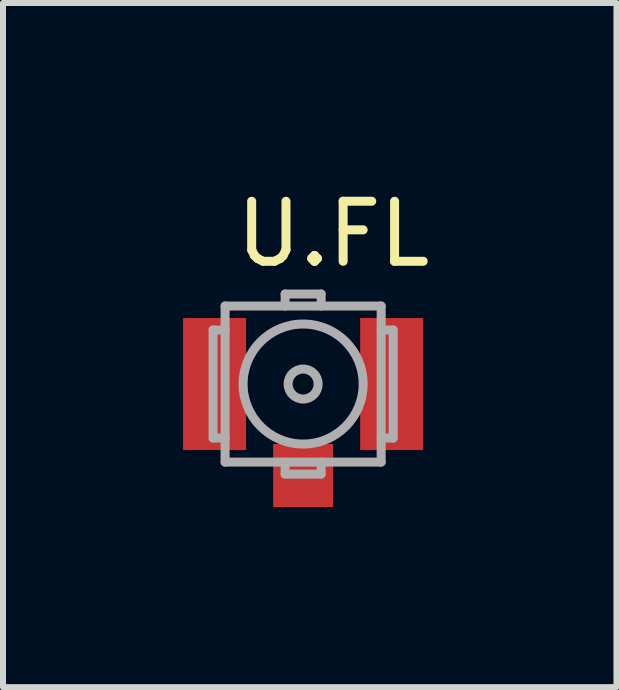
<source format=kicad_pcb>
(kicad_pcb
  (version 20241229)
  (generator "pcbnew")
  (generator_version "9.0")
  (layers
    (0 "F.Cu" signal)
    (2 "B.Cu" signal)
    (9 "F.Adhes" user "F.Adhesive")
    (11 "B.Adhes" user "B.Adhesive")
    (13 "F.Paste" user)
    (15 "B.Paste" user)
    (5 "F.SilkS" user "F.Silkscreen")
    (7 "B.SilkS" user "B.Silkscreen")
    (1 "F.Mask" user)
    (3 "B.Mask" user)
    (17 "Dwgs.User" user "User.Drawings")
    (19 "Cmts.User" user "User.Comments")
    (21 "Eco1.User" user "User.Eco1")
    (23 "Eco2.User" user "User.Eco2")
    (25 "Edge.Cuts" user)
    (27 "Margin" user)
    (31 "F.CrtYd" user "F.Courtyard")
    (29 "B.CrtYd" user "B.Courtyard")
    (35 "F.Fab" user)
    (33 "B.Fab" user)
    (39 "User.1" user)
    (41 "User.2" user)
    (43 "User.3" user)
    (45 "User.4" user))
  (footprint "U.FL"
    (layer "F.Cu")
    (at 2 3.348)
    (property "Reference" "U.FL" (at 0.5 -2.5 0) (layer "F.SilkS") (effects (font (size 1 1) (thickness 0.15))))
    (attr through_hole)
    (fp_line (start -1.5 -0.9) (end -1.5 0.9) (stroke (width 0.15) (type solid)) (layer "F.Fab"))
    (fp_line (start -1.5 0.9) (end -1.3 0.9) (stroke (width 0.15) (type solid)) (layer "F.Fab"))
    (fp_line (start -1.3 -1.3) (end 1.3 -1.3) (stroke (width 0.15) (type solid)) (layer "F.Fab"))
    (fp_line (start -1.3 -0.9) (end -1.5 -0.9) (stroke (width 0.15) (type solid)) (layer "F.Fab"))
    (fp_line (start -1.3 1.3) (end -1.3 -1.3) (stroke (width 0.15) (type solid)) (layer "F.Fab"))
    (fp_line (start -0.3 -1.5) (end 0.3 -1.5) (stroke (width 0.15) (type solid)) (layer "F.Fab"))
    (fp_line (start -0.3 -1.3) (end -0.3 -1.5) (stroke (width 0.15) (type solid)) (layer "F.Fab"))
    (fp_line (start -0.3 1.3) (end -0.3 1.5) (stroke (width 0.15) (type solid)) (layer "F.Fab"))
    (fp_line (start -0.3 1.5) (end 0.3 1.5) (stroke (width 0.15) (type solid)) (layer "F.Fab"))
    (fp_line (start 0.3 -1.5) (end 0.3 -1.3) (stroke (width 0.15) (type solid)) (layer "F.Fab"))
    (fp_line (start 0.3 1.5) (end 0.3 1.3) (stroke (width 0.15) (type solid)) (layer "F.Fab"))
    (fp_line (start 1.3 -1.3) (end 1.3 1.3) (stroke (width 0.15) (type solid)) (layer "F.Fab"))
    (fp_line (start 1.3 -0.9) (end 1.5 -0.9) (stroke (width 0.15) (type solid)) (layer "F.Fab"))
    (fp_line (start 1.3 1.3) (end -1.3 1.3) (stroke (width 0.15) (type solid)) (layer "F.Fab"))
    (fp_line (start 1.5 -0.9) (end 1.5 0.9) (stroke (width 0.15) (type solid)) (layer "F.Fab"))
    (fp_line (start 1.5 0.9) (end 1.3 0.9) (stroke (width 0.15) (type solid)) (layer "F.Fab"))
    (fp_circle (center 0 0) (end 0.25 0) (stroke (width 0.15) (type solid)) (fill no) (layer "F.Fab"))
    (fp_circle (center 0 0) (end 1 0) (stroke (width 0.15) (type solid)) (fill no) (layer "F.Fab"))
    (pad "1" smd rect (at 0 1.525) (size 1 1.05) (layers "F.Cu" "F.Mask" "F.Paste"))
    (pad "2" smd rect (at -1.475 0) (size 1.05 2.2) (layers "F.Cu" "F.Mask" "F.Paste"))
    (pad "2" smd rect (at 1.475 0) (size 1.05 2.2) (layers "F.Cu" "F.Mask" "F.Paste")))
  (gr_rect
    (start -3 -3)
    (end 7.22 8.398)
    (stroke (width 0.1) (type default))
    (fill no)
    (layer "Edge.Cuts")))
</source>
